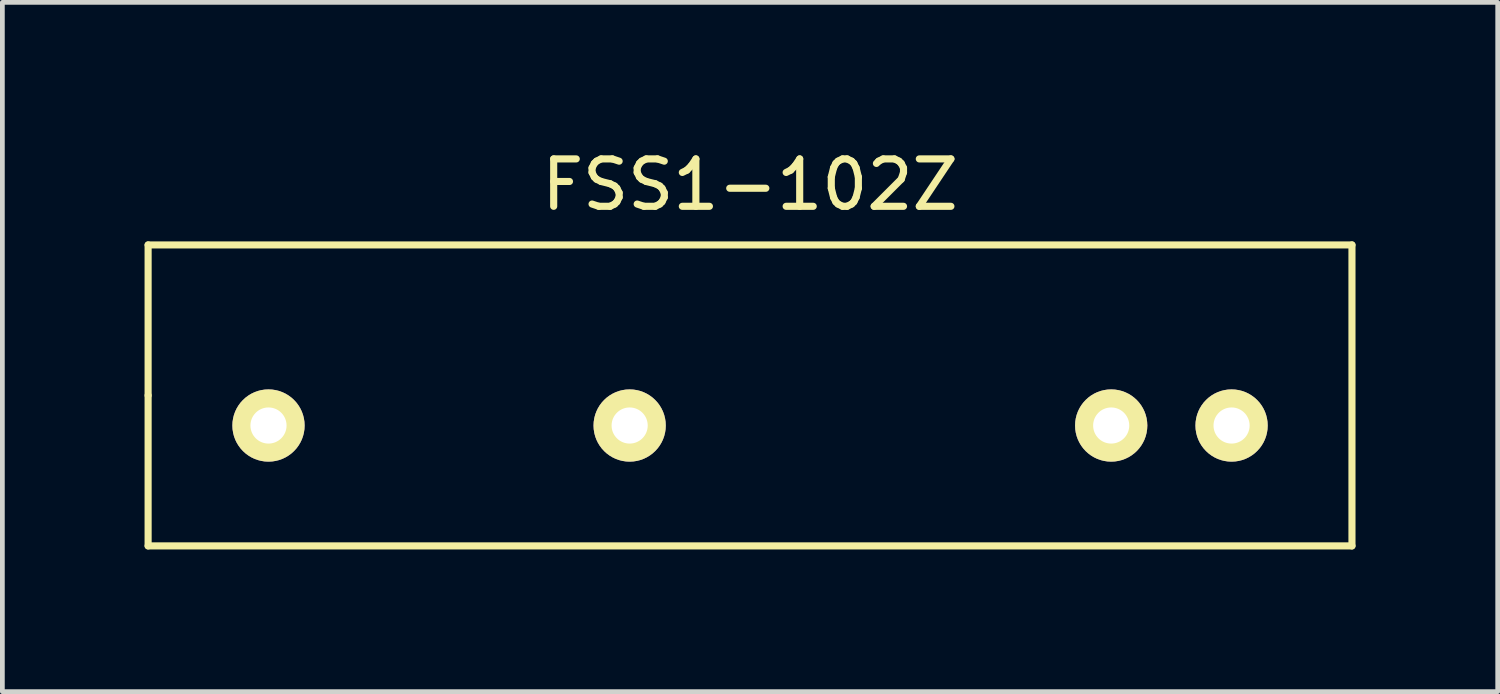
<source format=kicad_pcb>
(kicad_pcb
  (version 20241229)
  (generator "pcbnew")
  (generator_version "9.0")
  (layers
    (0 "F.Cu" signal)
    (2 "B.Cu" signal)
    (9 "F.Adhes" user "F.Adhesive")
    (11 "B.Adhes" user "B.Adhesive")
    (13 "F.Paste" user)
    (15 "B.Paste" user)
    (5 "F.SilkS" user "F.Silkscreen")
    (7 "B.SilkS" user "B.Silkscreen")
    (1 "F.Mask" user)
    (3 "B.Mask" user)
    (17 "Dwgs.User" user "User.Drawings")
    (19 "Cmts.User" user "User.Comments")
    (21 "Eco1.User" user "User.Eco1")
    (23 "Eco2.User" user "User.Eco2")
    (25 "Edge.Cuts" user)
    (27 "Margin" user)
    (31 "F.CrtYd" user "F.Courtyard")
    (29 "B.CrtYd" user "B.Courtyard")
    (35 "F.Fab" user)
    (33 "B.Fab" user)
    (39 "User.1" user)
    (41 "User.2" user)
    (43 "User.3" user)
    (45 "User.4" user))
  (footprint "FSS1-102Z"
    (layer "F.Cu")
    (at 12.775 5.293)
    (property "Reference" "FSS1-102Z" (at 0 -4.445 0) (layer "F.SilkS") (effects (font (size 1 1) (thickness 0.15))))
    (attr through_hole)
    (fp_line (start -12.7 -3.175) (end 12.7 -3.175) (stroke (width 0.15) (type solid)) (layer "F.SilkS"))
    (fp_line (start -12.7 0) (end -12.7 -3.175) (stroke (width 0.15) (type solid)) (layer "F.SilkS"))
    (fp_line (start -12.7 3.175) (end -12.7 0) (stroke (width 0.15) (type solid)) (layer "F.SilkS"))
    (fp_line (start 12.7 -3.175) (end 12.7 3.175) (stroke (width 0.15) (type solid)) (layer "F.SilkS"))
    (fp_line (start 12.7 3.175) (end -12.7 3.175) (stroke (width 0.15) (type solid)) (layer "F.SilkS"))
    (pad "1" thru_hole circle (at -10.16 0.635) (size 1.524 1.524) (drill 0.762) (layers "*.Cu" "*.Mask" "F.SilkS"))
    (pad "2" thru_hole circle (at -2.54 0.635) (size 1.524 1.524) (drill 0.762) (layers "*.Cu" "*.Mask" "F.SilkS"))
    (pad "3" thru_hole circle (at 7.62 0.635) (size 1.524 1.524) (drill 0.762) (layers "*.Cu" "*.Mask" "F.SilkS"))
    (pad "4" thru_hole circle (at 10.16 0.635) (size 1.524 1.524) (drill 0.762) (layers "*.Cu" "*.Mask" "F.SilkS")))
  (gr_rect
    (start -3 -3)
    (end 28.55 11.543)
    (stroke (width 0.1) (type default))
    (fill no)
    (layer "Edge.Cuts")))
</source>
